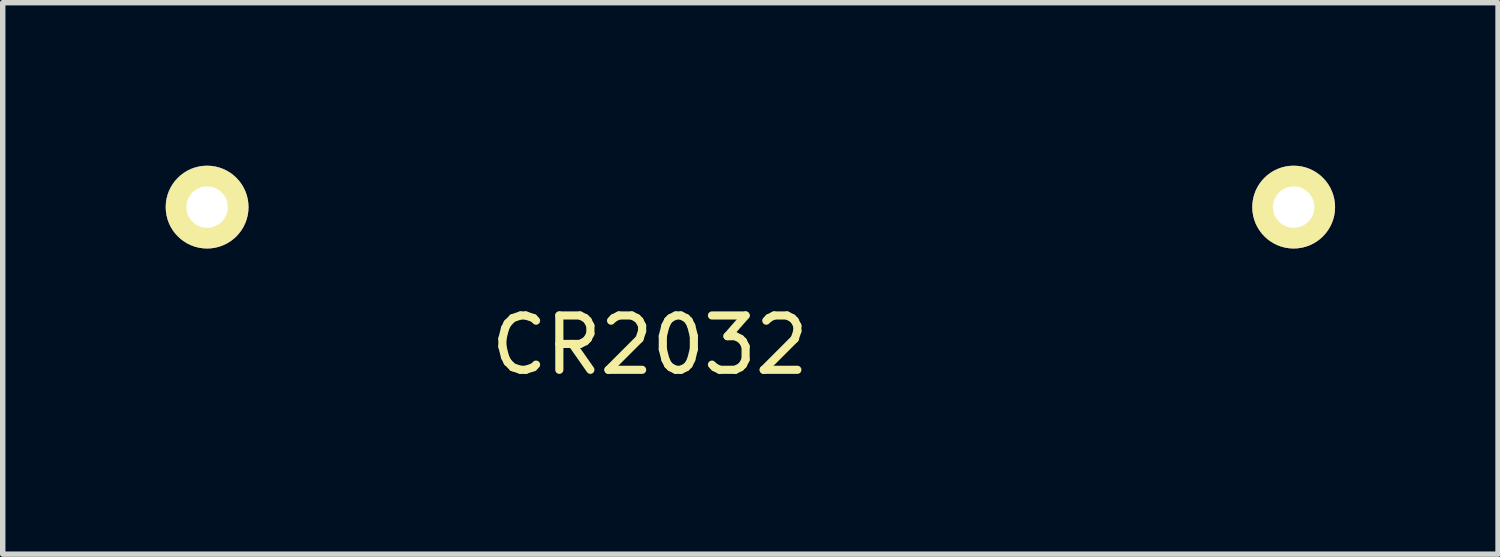
<source format=kicad_pcb>
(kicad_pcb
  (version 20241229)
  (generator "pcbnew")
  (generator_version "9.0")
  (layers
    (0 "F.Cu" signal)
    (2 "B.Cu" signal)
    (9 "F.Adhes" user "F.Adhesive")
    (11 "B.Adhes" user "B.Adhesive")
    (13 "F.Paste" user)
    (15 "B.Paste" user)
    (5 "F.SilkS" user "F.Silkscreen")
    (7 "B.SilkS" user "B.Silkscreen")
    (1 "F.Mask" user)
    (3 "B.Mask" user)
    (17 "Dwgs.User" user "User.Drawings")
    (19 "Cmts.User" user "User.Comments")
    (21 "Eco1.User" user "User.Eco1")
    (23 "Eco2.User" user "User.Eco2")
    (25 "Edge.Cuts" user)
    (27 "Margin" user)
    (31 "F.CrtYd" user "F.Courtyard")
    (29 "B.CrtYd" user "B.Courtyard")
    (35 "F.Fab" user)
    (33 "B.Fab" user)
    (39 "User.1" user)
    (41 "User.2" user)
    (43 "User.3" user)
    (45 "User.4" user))
  (footprint "CR2032"
    (layer "F.Cu")
    (at 8.912 0.762)
    (property "Reference" "CR2032" (at 0 2.54 0) (layer "F.SilkS") (effects (font (size 1 1) (thickness 0.15))))
    (attr through_hole)
    (pad "1" thru_hole circle (at -8.15 0) (size 1.524 1.524) (drill 0.762) (layers "*.Cu" "*.Mask" "F.SilkS"))
    (pad "2" thru_hole circle (at 11.85 0) (size 1.524 1.524) (drill 0.762) (layers "*.Cu" "*.Mask" "F.SilkS")))
  (gr_rect
    (start -3 -3)
    (end 24.524 7.15)
    (stroke (width 0.1) (type default))
    (fill no)
    (layer "Edge.Cuts")))
</source>
